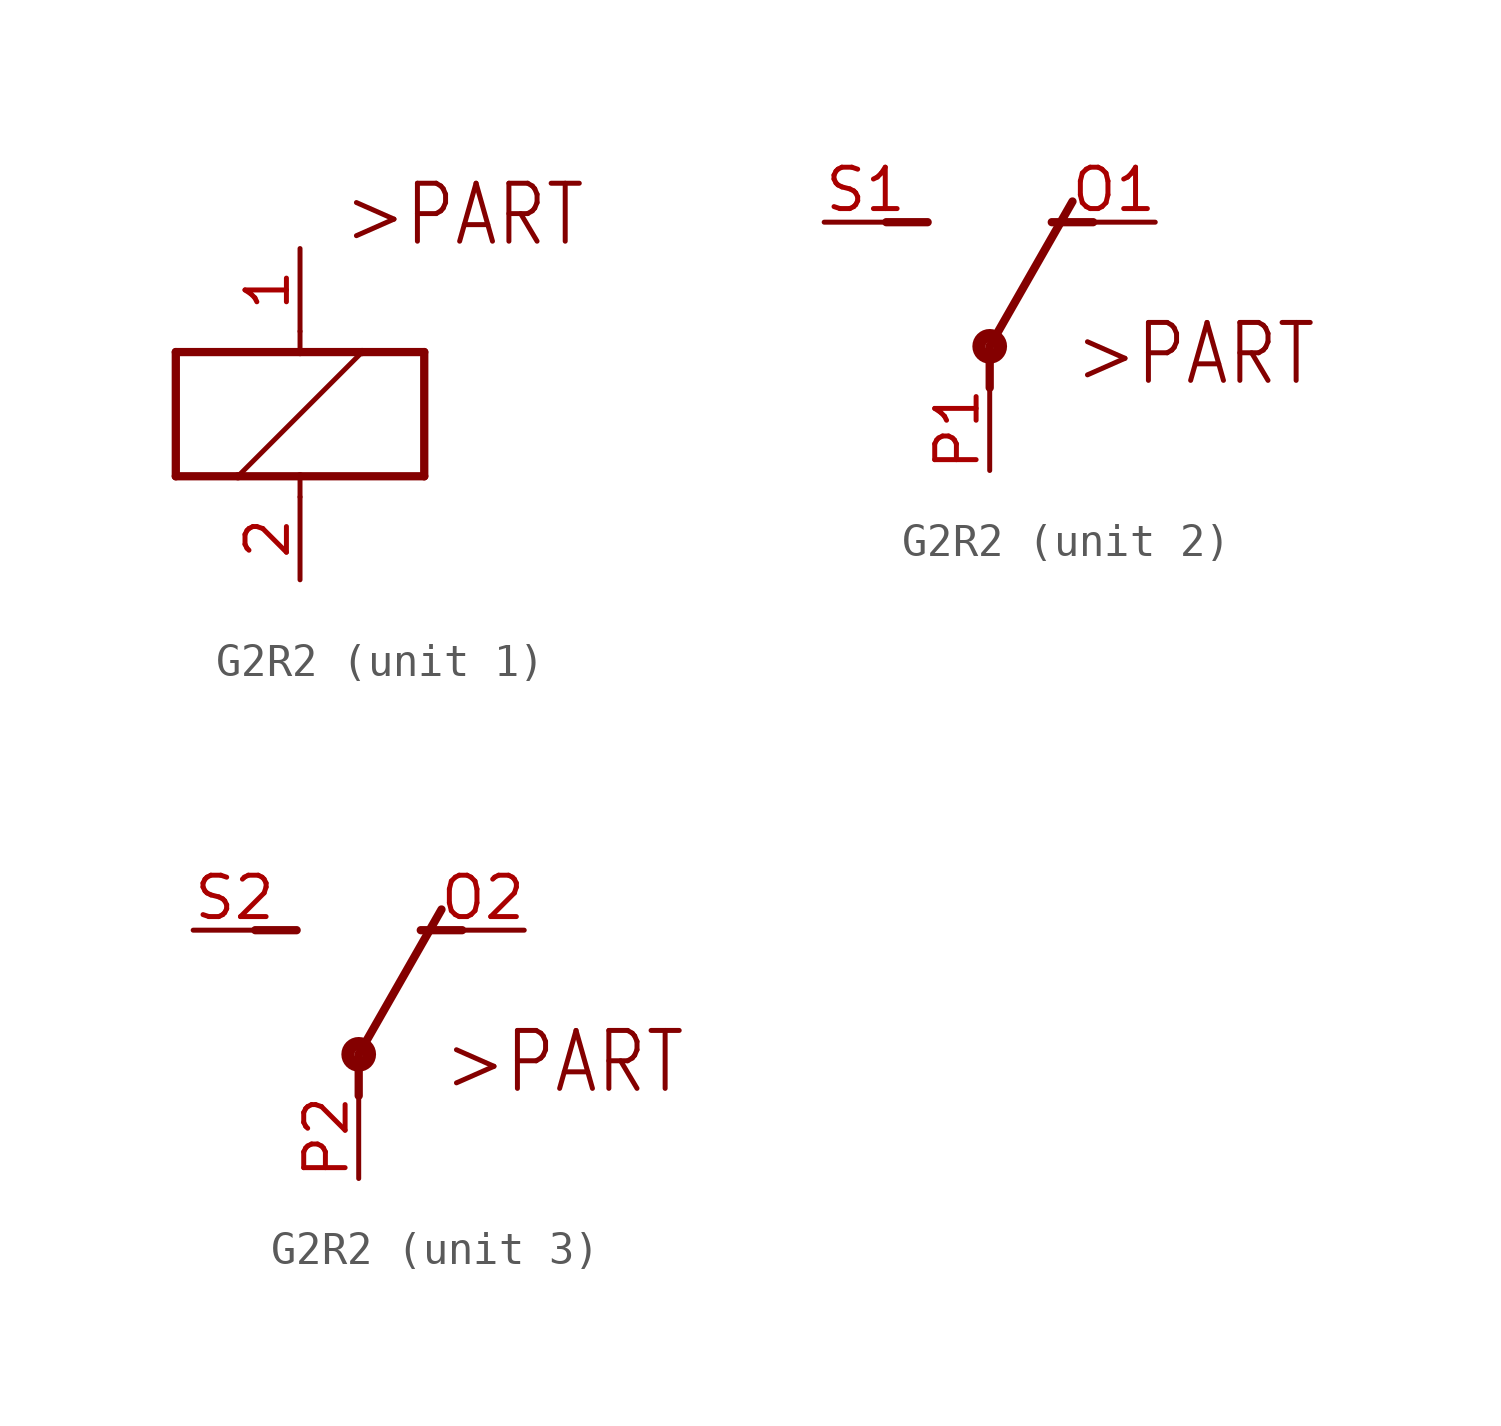
<source format=kicad_sym>
(kicad_symbol_lib
  (version 20211014)
  (generator kicad_symbol_editor)
  (symbol "G2R2"
    (property "Reference" "K"
      (at 0 0 0)
      (effects (font (size 1.27 1.27)) hide))
    (property "ki_locked" ""
      (at 0 0 0)
      (effects (font (size 1.27 1.27))))
    (symbol "G2R2_1_0"
      (polyline (pts (xy -3.81 -1.905) (xy -1.905 -1.905)) (stroke (width 0.254) (type default) (color 0 0 0 0)) (fill (type none)))
      (polyline (pts (xy -3.81 1.905) (xy -3.81 -1.905)) (stroke (width 0.254) (type default) (color 0 0 0 0)) (fill (type none)))
      (polyline (pts (xy -1.905 -1.905) (xy 0 -1.905)) (stroke (width 0.254) (type default) (color 0 0 0 0)) (fill (type none)))
      (polyline (pts (xy -1.905 -1.905) (xy 1.905 1.905)) (stroke (width 0.152) (type default) (color 0 0 0 0)) (fill (type none)))
      (polyline (pts (xy 0 -2.54) (xy 0 -1.905)) (stroke (width 0.152) (type default) (color 0 0 0 0)) (fill (type none)))
      (polyline (pts (xy 0 -1.905) (xy 3.81 -1.905)) (stroke (width 0.254) (type default) (color 0 0 0 0)) (fill (type none)))
      (polyline (pts (xy 0 1.905) (xy -3.81 1.905)) (stroke (width 0.254) (type default) (color 0 0 0 0)) (fill (type none)))
      (polyline (pts (xy 0 2.54) (xy 0 1.905)) (stroke (width 0.152) (type default) (color 0 0 0 0)) (fill (type none)))
      (polyline (pts (xy 1.905 1.905) (xy 0 1.905)) (stroke (width 0.254) (type default) (color 0 0 0 0)) (fill (type none)))
      (polyline (pts (xy 3.81 -1.905) (xy 3.81 1.905)) (stroke (width 0.254) (type default) (color 0 0 0 0)) (fill (type none)))
      (polyline (pts (xy 3.81 1.905) (xy 1.905 1.905)) (stroke (width 0.254) (type default) (color 0 0 0 0)) (fill (type none)))
      (text ">PART" (at 1.27 5.08 0) (effects (font (size 1.778 1.511)) (justify left bottom)))
      (pin passive line (at 0 5.08 270) (length 2.54) (name "1" (effects (font (size 0 0)))) (number "1" (effects (font (size 1.27 1.27)))))
      (pin passive line (at 0 -5.08 90) (length 2.54) (name "2" (effects (font (size 0 0)))) (number "2" (effects (font (size 1.27 1.27))))))
    (symbol "G2R2_2_0"
      (polyline (pts (xy -3.175 5.08) (xy -1.905 5.08)) (stroke (width 0.254) (type default) (color 0 0 0 0)) (fill (type none)))
      (polyline (pts (xy 0 1.27) (xy 0 0)) (stroke (width 0.254) (type default) (color 0 0 0 0)) (fill (type none)))
      (polyline (pts (xy 0 1.27) (xy 2.54 5.715)) (stroke (width 0.254) (type default) (color 0 0 0 0)) (fill (type none)))
      (polyline (pts (xy 3.175 5.08) (xy 1.905 5.08)) (stroke (width 0.254) (type default) (color 0 0 0 0)) (fill (type none)))
      (circle (center 0 1.27) (radius 0.127) (stroke (width 0.406) (type default) (color 0 0 0 0)) (fill (type none)))
      (text ">PART" (at 2.54 0 0) (effects (font (size 1.778 1.511)) (justify left bottom)))
      (pin passive line (at 5.08 5.08 180) (length 2.54) (name "O" (effects (font (size 0 0)))) (number "O1" (effects (font (size 1.27 1.27)))))
      (pin passive line (at 0 -2.54 90) (length 2.54) (name "P" (effects (font (size 0 0)))) (number "P1" (effects (font (size 1.27 1.27)))))
      (pin passive line (at -5.08 5.08 0) (length 2.54) (name "S" (effects (font (size 0 0)))) (number "S1" (effects (font (size 1.27 1.27))))))
    (symbol "G2R2_3_0"
      (polyline (pts (xy -3.175 5.08) (xy -1.905 5.08)) (stroke (width 0.254) (type default) (color 0 0 0 0)) (fill (type none)))
      (polyline (pts (xy 0 1.27) (xy 0 0)) (stroke (width 0.254) (type default) (color 0 0 0 0)) (fill (type none)))
      (polyline (pts (xy 0 1.27) (xy 2.54 5.715)) (stroke (width 0.254) (type default) (color 0 0 0 0)) (fill (type none)))
      (polyline (pts (xy 3.175 5.08) (xy 1.905 5.08)) (stroke (width 0.254) (type default) (color 0 0 0 0)) (fill (type none)))
      (circle (center 0 1.27) (radius 0.127) (stroke (width 0.406) (type default) (color 0 0 0 0)) (fill (type none)))
      (text ">PART" (at 2.54 0 0) (effects (font (size 1.778 1.511)) (justify left bottom)))
      (pin passive line (at 5.08 5.08 180) (length 2.54) (name "O" (effects (font (size 0 0)))) (number "O2" (effects (font (size 1.27 1.27)))))
      (pin passive line (at 0 -2.54 90) (length 2.54) (name "P" (effects (font (size 0 0)))) (number "P2" (effects (font (size 1.27 1.27)))))
      (pin passive line (at -5.08 5.08 0) (length 2.54) (name "S" (effects (font (size 0 0)))) (number "S2" (effects (font (size 1.27 1.27))))))))
</source>
